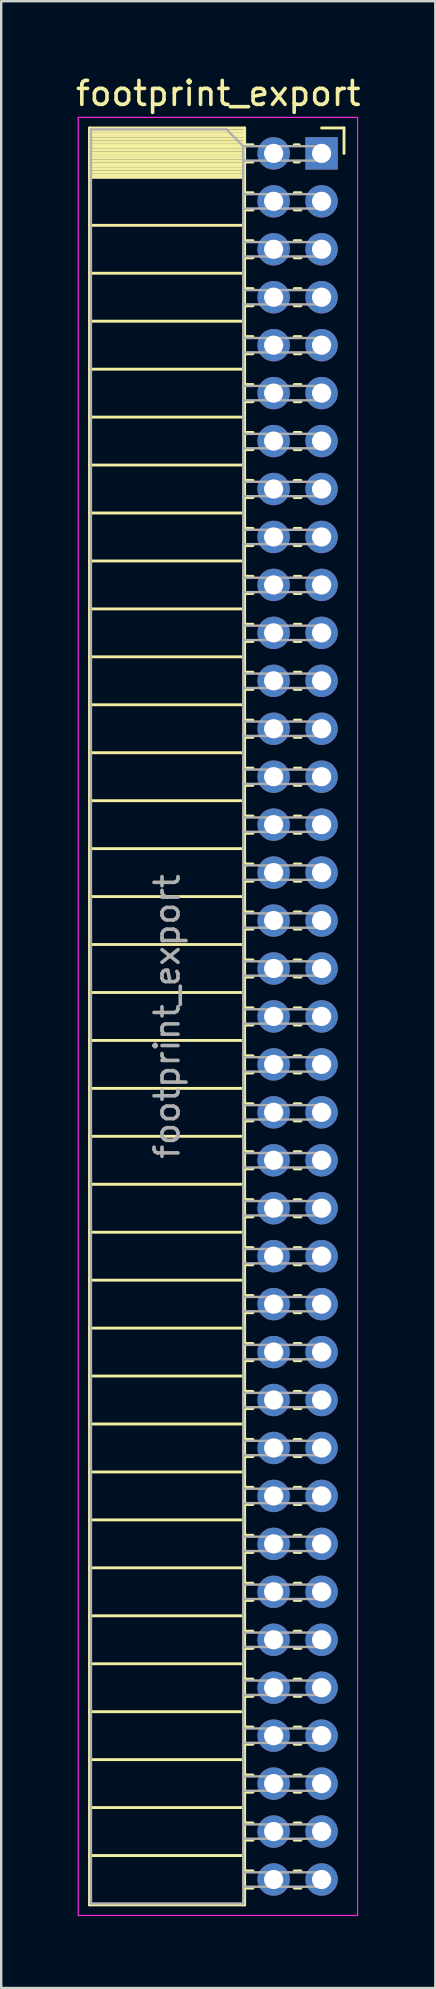
<source format=kicad_pcb>
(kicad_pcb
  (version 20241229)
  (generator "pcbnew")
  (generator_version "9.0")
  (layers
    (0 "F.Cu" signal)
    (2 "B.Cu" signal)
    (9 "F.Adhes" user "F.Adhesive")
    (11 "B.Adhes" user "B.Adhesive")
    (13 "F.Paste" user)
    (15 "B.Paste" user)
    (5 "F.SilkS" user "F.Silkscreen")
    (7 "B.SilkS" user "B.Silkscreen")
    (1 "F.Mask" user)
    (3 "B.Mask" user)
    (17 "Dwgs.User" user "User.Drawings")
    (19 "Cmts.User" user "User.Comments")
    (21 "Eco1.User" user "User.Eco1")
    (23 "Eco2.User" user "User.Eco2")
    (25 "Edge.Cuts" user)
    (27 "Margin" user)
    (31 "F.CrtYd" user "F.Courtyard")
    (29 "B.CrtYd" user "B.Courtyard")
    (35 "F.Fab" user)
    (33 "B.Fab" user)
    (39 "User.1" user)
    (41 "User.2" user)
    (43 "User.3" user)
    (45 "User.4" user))
  (footprint "footprint_export"
    (layer "F.Cu")
    (at 10.364 3.348)
    (property "Reference" "footprint_export" (at -4.31 -2.5 0) (layer "F.SilkS") (effects (font (size 1 1) (thickness 0.15))))
    (attr through_hole)
    (fp_line (start -9.68 -1.06) (end -9.68 73.06) (stroke (width 0.12) (type solid)) (layer "F.SilkS"))
    (fp_line (start -9.68 -1.06) (end -3.21 -1.06) (stroke (width 0.12) (type solid)) (layer "F.SilkS"))
    (fp_line (start -9.68 -0.94) (end -3.21 -0.94) (stroke (width 0.12) (type solid)) (layer "F.SilkS"))
    (fp_line (start -9.68 -0.826) (end -3.21 -0.826) (stroke (width 0.12) (type solid)) (layer "F.SilkS"))
    (fp_line (start -9.68 -0.712) (end -3.21 -0.712) (stroke (width 0.12) (type solid)) (layer "F.SilkS"))
    (fp_line (start -9.68 -0.598) (end -3.21 -0.598) (stroke (width 0.12) (type solid)) (layer "F.SilkS"))
    (fp_line (start -9.68 -0.484) (end -3.21 -0.484) (stroke (width 0.12) (type solid)) (layer "F.SilkS"))
    (fp_line (start -9.68 -0.369) (end -3.21 -0.369) (stroke (width 0.12) (type solid)) (layer "F.SilkS"))
    (fp_line (start -9.68 -0.255) (end -3.21 -0.255) (stroke (width 0.12) (type solid)) (layer "F.SilkS"))
    (fp_line (start -9.68 -0.141) (end -3.21 -0.141) (stroke (width 0.12) (type solid)) (layer "F.SilkS"))
    (fp_line (start -9.68 -0.027) (end -3.21 -0.027) (stroke (width 0.12) (type solid)) (layer "F.SilkS"))
    (fp_line (start -9.68 0.087) (end -3.21 0.087) (stroke (width 0.12) (type solid)) (layer "F.SilkS"))
    (fp_line (start -9.68 0.201) (end -3.21 0.201) (stroke (width 0.12) (type solid)) (layer "F.SilkS"))
    (fp_line (start -9.68 0.315) (end -3.21 0.315) (stroke (width 0.12) (type solid)) (layer "F.SilkS"))
    (fp_line (start -9.68 0.429) (end -3.21 0.429) (stroke (width 0.12) (type solid)) (layer "F.SilkS"))
    (fp_line (start -9.68 0.544) (end -3.21 0.544) (stroke (width 0.12) (type solid)) (layer "F.SilkS"))
    (fp_line (start -9.68 0.658) (end -3.21 0.658) (stroke (width 0.12) (type solid)) (layer "F.SilkS"))
    (fp_line (start -9.68 0.772) (end -3.21 0.772) (stroke (width 0.12) (type solid)) (layer "F.SilkS"))
    (fp_line (start -9.68 0.886) (end -3.21 0.886) (stroke (width 0.12) (type solid)) (layer "F.SilkS"))
    (fp_line (start -9.68 1) (end -3.21 1) (stroke (width 0.12) (type solid)) (layer "F.SilkS"))
    (fp_line (start -9.68 3) (end -3.21 3) (stroke (width 0.12) (type solid)) (layer "F.SilkS"))
    (fp_line (start -9.68 5) (end -3.21 5) (stroke (width 0.12) (type solid)) (layer "F.SilkS"))
    (fp_line (start -9.68 7) (end -3.21 7) (stroke (width 0.12) (type solid)) (layer "F.SilkS"))
    (fp_line (start -9.68 9) (end -3.21 9) (stroke (width 0.12) (type solid)) (layer "F.SilkS"))
    (fp_line (start -9.68 11) (end -3.21 11) (stroke (width 0.12) (type solid)) (layer "F.SilkS"))
    (fp_line (start -9.68 13) (end -3.21 13) (stroke (width 0.12) (type solid)) (layer "F.SilkS"))
    (fp_line (start -9.68 15) (end -3.21 15) (stroke (width 0.12) (type solid)) (layer "F.SilkS"))
    (fp_line (start -9.68 17) (end -3.21 17) (stroke (width 0.12) (type solid)) (layer "F.SilkS"))
    (fp_line (start -9.68 19) (end -3.21 19) (stroke (width 0.12) (type solid)) (layer "F.SilkS"))
    (fp_line (start -9.68 21) (end -3.21 21) (stroke (width 0.12) (type solid)) (layer "F.SilkS"))
    (fp_line (start -9.68 23) (end -3.21 23) (stroke (width 0.12) (type solid)) (layer "F.SilkS"))
    (fp_line (start -9.68 25) (end -3.21 25) (stroke (width 0.12) (type solid)) (layer "F.SilkS"))
    (fp_line (start -9.68 27) (end -3.21 27) (stroke (width 0.12) (type solid)) (layer "F.SilkS"))
    (fp_line (start -9.68 29) (end -3.21 29) (stroke (width 0.12) (type solid)) (layer "F.SilkS"))
    (fp_line (start -9.68 31) (end -3.21 31) (stroke (width 0.12) (type solid)) (layer "F.SilkS"))
    (fp_line (start -9.68 33) (end -3.21 33) (stroke (width 0.12) (type solid)) (layer "F.SilkS"))
    (fp_line (start -9.68 35) (end -3.21 35) (stroke (width 0.12) (type solid)) (layer "F.SilkS"))
    (fp_line (start -9.68 37) (end -3.21 37) (stroke (width 0.12) (type solid)) (layer "F.SilkS"))
    (fp_line (start -9.68 39) (end -3.21 39) (stroke (width 0.12) (type solid)) (layer "F.SilkS"))
    (fp_line (start -9.68 41) (end -3.21 41) (stroke (width 0.12) (type solid)) (layer "F.SilkS"))
    (fp_line (start -9.68 43) (end -3.21 43) (stroke (width 0.12) (type solid)) (layer "F.SilkS"))
    (fp_line (start -9.68 45) (end -3.21 45) (stroke (width 0.12) (type solid)) (layer "F.SilkS"))
    (fp_line (start -9.68 47) (end -3.21 47) (stroke (width 0.12) (type solid)) (layer "F.SilkS"))
    (fp_line (start -9.68 49) (end -3.21 49) (stroke (width 0.12) (type solid)) (layer "F.SilkS"))
    (fp_line (start -9.68 51) (end -3.21 51) (stroke (width 0.12) (type solid)) (layer "F.SilkS"))
    (fp_line (start -9.68 53) (end -3.21 53) (stroke (width 0.12) (type solid)) (layer "F.SilkS"))
    (fp_line (start -9.68 55) (end -3.21 55) (stroke (width 0.12) (type solid)) (layer "F.SilkS"))
    (fp_line (start -9.68 57) (end -3.21 57) (stroke (width 0.12) (type solid)) (layer "F.SilkS"))
    (fp_line (start -9.68 59) (end -3.21 59) (stroke (width 0.12) (type solid)) (layer "F.SilkS"))
    (fp_line (start -9.68 61) (end -3.21 61) (stroke (width 0.12) (type solid)) (layer "F.SilkS"))
    (fp_line (start -9.68 63) (end -3.21 63) (stroke (width 0.12) (type solid)) (layer "F.SilkS"))
    (fp_line (start -9.68 65) (end -3.21 65) (stroke (width 0.12) (type solid)) (layer "F.SilkS"))
    (fp_line (start -9.68 67) (end -3.21 67) (stroke (width 0.12) (type solid)) (layer "F.SilkS"))
    (fp_line (start -9.68 69) (end -3.21 69) (stroke (width 0.12) (type solid)) (layer "F.SilkS"))
    (fp_line (start -9.68 71) (end -3.21 71) (stroke (width 0.12) (type solid)) (layer "F.SilkS"))
    (fp_line (start -9.68 73.06) (end -3.21 73.06) (stroke (width 0.12) (type solid)) (layer "F.SilkS"))
    (fp_line (start -3.21 -1.06) (end -3.21 73.06) (stroke (width 0.12) (type solid)) (layer "F.SilkS"))
    (fp_line (start -3.21 -0.36) (end -2.863 -0.36) (stroke (width 0.12) (type solid)) (layer "F.SilkS"))
    (fp_line (start -3.21 0.36) (end -2.863 0.36) (stroke (width 0.12) (type solid)) (layer "F.SilkS"))
    (fp_line (start -3.21 1.64) (end -2.863 1.64) (stroke (width 0.12) (type solid)) (layer "F.SilkS"))
    (fp_line (start -3.21 2.36) (end -2.863 2.36) (stroke (width 0.12) (type solid)) (layer "F.SilkS"))
    (fp_line (start -3.21 3.64) (end -2.863 3.64) (stroke (width 0.12) (type solid)) (layer "F.SilkS"))
    (fp_line (start -3.21 4.36) (end -2.863 4.36) (stroke (width 0.12) (type solid)) (layer "F.SilkS"))
    (fp_line (start -3.21 5.64) (end -2.863 5.64) (stroke (width 0.12) (type solid)) (layer "F.SilkS"))
    (fp_line (start -3.21 6.36) (end -2.863 6.36) (stroke (width 0.12) (type solid)) (layer "F.SilkS"))
    (fp_line (start -3.21 7.64) (end -2.863 7.64) (stroke (width 0.12) (type solid)) (layer "F.SilkS"))
    (fp_line (start -3.21 8.36) (end -2.863 8.36) (stroke (width 0.12) (type solid)) (layer "F.SilkS"))
    (fp_line (start -3.21 9.64) (end -2.863 9.64) (stroke (width 0.12) (type solid)) (layer "F.SilkS"))
    (fp_line (start -3.21 10.36) (end -2.863 10.36) (stroke (width 0.12) (type solid)) (layer "F.SilkS"))
    (fp_line (start -3.21 11.64) (end -2.863 11.64) (stroke (width 0.12) (type solid)) (layer "F.SilkS"))
    (fp_line (start -3.21 12.36) (end -2.863 12.36) (stroke (width 0.12) (type solid)) (layer "F.SilkS"))
    (fp_line (start -3.21 13.64) (end -2.863 13.64) (stroke (width 0.12) (type solid)) (layer "F.SilkS"))
    (fp_line (start -3.21 14.36) (end -2.863 14.36) (stroke (width 0.12) (type solid)) (layer "F.SilkS"))
    (fp_line (start -3.21 15.64) (end -2.863 15.64) (stroke (width 0.12) (type solid)) (layer "F.SilkS"))
    (fp_line (start -3.21 16.36) (end -2.863 16.36) (stroke (width 0.12) (type solid)) (layer "F.SilkS"))
    (fp_line (start -3.21 17.64) (end -2.863 17.64) (stroke (width 0.12) (type solid)) (layer "F.SilkS"))
    (fp_line (start -3.21 18.36) (end -2.863 18.36) (stroke (width 0.12) (type solid)) (layer "F.SilkS"))
    (fp_line (start -3.21 19.64) (end -2.863 19.64) (stroke (width 0.12) (type solid)) (layer "F.SilkS"))
    (fp_line (start -3.21 20.36) (end -2.863 20.36) (stroke (width 0.12) (type solid)) (layer "F.SilkS"))
    (fp_line (start -3.21 21.64) (end -2.863 21.64) (stroke (width 0.12) (type solid)) (layer "F.SilkS"))
    (fp_line (start -3.21 22.36) (end -2.863 22.36) (stroke (width 0.12) (type solid)) (layer "F.SilkS"))
    (fp_line (start -3.21 23.64) (end -2.863 23.64) (stroke (width 0.12) (type solid)) (layer "F.SilkS"))
    (fp_line (start -3.21 24.36) (end -2.863 24.36) (stroke (width 0.12) (type solid)) (layer "F.SilkS"))
    (fp_line (start -3.21 25.64) (end -2.863 25.64) (stroke (width 0.12) (type solid)) (layer "F.SilkS"))
    (fp_line (start -3.21 26.36) (end -2.863 26.36) (stroke (width 0.12) (type solid)) (layer "F.SilkS"))
    (fp_line (start -3.21 27.64) (end -2.863 27.64) (stroke (width 0.12) (type solid)) (layer "F.SilkS"))
    (fp_line (start -3.21 28.36) (end -2.863 28.36) (stroke (width 0.12) (type solid)) (layer "F.SilkS"))
    (fp_line (start -3.21 29.64) (end -2.863 29.64) (stroke (width 0.12) (type solid)) (layer "F.SilkS"))
    (fp_line (start -3.21 30.36) (end -2.863 30.36) (stroke (width 0.12) (type solid)) (layer "F.SilkS"))
    (fp_line (start -3.21 31.64) (end -2.863 31.64) (stroke (width 0.12) (type solid)) (layer "F.SilkS"))
    (fp_line (start -3.21 32.36) (end -2.863 32.36) (stroke (width 0.12) (type solid)) (layer "F.SilkS"))
    (fp_line (start -3.21 33.64) (end -2.863 33.64) (stroke (width 0.12) (type solid)) (layer "F.SilkS"))
    (fp_line (start -3.21 34.36) (end -2.863 34.36) (stroke (width 0.12) (type solid)) (layer "F.SilkS"))
    (fp_line (start -3.21 35.64) (end -2.863 35.64) (stroke (width 0.12) (type solid)) (layer "F.SilkS"))
    (fp_line (start -3.21 36.36) (end -2.863 36.36) (stroke (width 0.12) (type solid)) (layer "F.SilkS"))
    (fp_line (start -3.21 37.64) (end -2.863 37.64) (stroke (width 0.12) (type solid)) (layer "F.SilkS"))
    (fp_line (start -3.21 38.36) (end -2.863 38.36) (stroke (width 0.12) (type solid)) (layer "F.SilkS"))
    (fp_line (start -3.21 39.64) (end -2.863 39.64) (stroke (width 0.12) (type solid)) (layer "F.SilkS"))
    (fp_line (start -3.21 40.36) (end -2.863 40.36) (stroke (width 0.12) (type solid)) (layer "F.SilkS"))
    (fp_line (start -3.21 41.64) (end -2.863 41.64) (stroke (width 0.12) (type solid)) (layer "F.SilkS"))
    (fp_line (start -3.21 42.36) (end -2.863 42.36) (stroke (width 0.12) (type solid)) (layer "F.SilkS"))
    (fp_line (start -3.21 43.64) (end -2.863 43.64) (stroke (width 0.12) (type solid)) (layer "F.SilkS"))
    (fp_line (start -3.21 44.36) (end -2.863 44.36) (stroke (width 0.12) (type solid)) (layer "F.SilkS"))
    (fp_line (start -3.21 45.64) (end -2.863 45.64) (stroke (width 0.12) (type solid)) (layer "F.SilkS"))
    (fp_line (start -3.21 46.36) (end -2.863 46.36) (stroke (width 0.12) (type solid)) (layer "F.SilkS"))
    (fp_line (start -3.21 47.64) (end -2.863 47.64) (stroke (width 0.12) (type solid)) (layer "F.SilkS"))
    (fp_line (start -3.21 48.36) (end -2.863 48.36) (stroke (width 0.12) (type solid)) (layer "F.SilkS"))
    (fp_line (start -3.21 49.64) (end -2.863 49.64) (stroke (width 0.12) (type solid)) (layer "F.SilkS"))
    (fp_line (start -3.21 50.36) (end -2.863 50.36) (stroke (width 0.12) (type solid)) (layer "F.SilkS"))
    (fp_line (start -3.21 51.64) (end -2.863 51.64) (stroke (width 0.12) (type solid)) (layer "F.SilkS"))
    (fp_line (start -3.21 52.36) (end -2.863 52.36) (stroke (width 0.12) (type solid)) (layer "F.SilkS"))
    (fp_line (start -3.21 53.64) (end -2.863 53.64) (stroke (width 0.12) (type solid)) (layer "F.SilkS"))
    (fp_line (start -3.21 54.36) (end -2.863 54.36) (stroke (width 0.12) (type solid)) (layer "F.SilkS"))
    (fp_line (start -3.21 55.64) (end -2.863 55.64) (stroke (width 0.12) (type solid)) (layer "F.SilkS"))
    (fp_line (start -3.21 56.36) (end -2.863 56.36) (stroke (width 0.12) (type solid)) (layer "F.SilkS"))
    (fp_line (start -3.21 57.64) (end -2.863 57.64) (stroke (width 0.12) (type solid)) (layer "F.SilkS"))
    (fp_line (start -3.21 58.36) (end -2.863 58.36) (stroke (width 0.12) (type solid)) (layer "F.SilkS"))
    (fp_line (start -3.21 59.64) (end -2.863 59.64) (stroke (width 0.12) (type solid)) (layer "F.SilkS"))
    (fp_line (start -3.21 60.36) (end -2.863 60.36) (stroke (width 0.12) (type solid)) (layer "F.SilkS"))
    (fp_line (start -3.21 61.64) (end -2.863 61.64) (stroke (width 0.12) (type solid)) (layer "F.SilkS"))
    (fp_line (start -3.21 62.36) (end -2.863 62.36) (stroke (width 0.12) (type solid)) (layer "F.SilkS"))
    (fp_line (start -3.21 63.64) (end -2.863 63.64) (stroke (width 0.12) (type solid)) (layer "F.SilkS"))
    (fp_line (start -3.21 64.36) (end -2.863 64.36) (stroke (width 0.12) (type solid)) (layer "F.SilkS"))
    (fp_line (start -3.21 65.64) (end -2.863 65.64) (stroke (width 0.12) (type solid)) (layer "F.SilkS"))
    (fp_line (start -3.21 66.36) (end -2.863 66.36) (stroke (width 0.12) (type solid)) (layer "F.SilkS"))
    (fp_line (start -3.21 67.64) (end -2.863 67.64) (stroke (width 0.12) (type solid)) (layer "F.SilkS"))
    (fp_line (start -3.21 68.36) (end -2.863 68.36) (stroke (width 0.12) (type solid)) (layer "F.SilkS"))
    (fp_line (start -3.21 69.64) (end -2.863 69.64) (stroke (width 0.12) (type solid)) (layer "F.SilkS"))
    (fp_line (start -3.21 70.36) (end -2.863 70.36) (stroke (width 0.12) (type solid)) (layer "F.SilkS"))
    (fp_line (start -3.21 71.64) (end -2.863 71.64) (stroke (width 0.12) (type solid)) (layer "F.SilkS"))
    (fp_line (start -3.21 72.36) (end -2.863 72.36) (stroke (width 0.12) (type solid)) (layer "F.SilkS"))
    (fp_line (start -1.137 -0.36) (end -0.935 -0.36) (stroke (width 0.12) (type solid)) (layer "F.SilkS"))
    (fp_line (start -1.137 0.36) (end -0.935 0.36) (stroke (width 0.12) (type solid)) (layer "F.SilkS"))
    (fp_line (start -1.137 1.64) (end -0.863 1.64) (stroke (width 0.12) (type solid)) (layer "F.SilkS"))
    (fp_line (start -1.137 2.36) (end -0.863 2.36) (stroke (width 0.12) (type solid)) (layer "F.SilkS"))
    (fp_line (start -1.137 3.64) (end -0.863 3.64) (stroke (width 0.12) (type solid)) (layer "F.SilkS"))
    (fp_line (start -1.137 4.36) (end -0.863 4.36) (stroke (width 0.12) (type solid)) (layer "F.SilkS"))
    (fp_line (start -1.137 5.64) (end -0.863 5.64) (stroke (width 0.12) (type solid)) (layer "F.SilkS"))
    (fp_line (start -1.137 6.36) (end -0.863 6.36) (stroke (width 0.12) (type solid)) (layer "F.SilkS"))
    (fp_line (start -1.137 7.64) (end -0.863 7.64) (stroke (width 0.12) (type solid)) (layer "F.SilkS"))
    (fp_line (start -1.137 8.36) (end -0.863 8.36) (stroke (width 0.12) (type solid)) (layer "F.SilkS"))
    (fp_line (start -1.137 9.64) (end -0.863 9.64) (stroke (width 0.12) (type solid)) (layer "F.SilkS"))
    (fp_line (start -1.137 10.36) (end -0.863 10.36) (stroke (width 0.12) (type solid)) (layer "F.SilkS"))
    (fp_line (start -1.137 11.64) (end -0.863 11.64) (stroke (width 0.12) (type solid)) (layer "F.SilkS"))
    (fp_line (start -1.137 12.36) (end -0.863 12.36) (stroke (width 0.12) (type solid)) (layer "F.SilkS"))
    (fp_line (start -1.137 13.64) (end -0.863 13.64) (stroke (width 0.12) (type solid)) (layer "F.SilkS"))
    (fp_line (start -1.137 14.36) (end -0.863 14.36) (stroke (width 0.12) (type solid)) (layer "F.SilkS"))
    (fp_line (start -1.137 15.64) (end -0.863 15.64) (stroke (width 0.12) (type solid)) (layer "F.SilkS"))
    (fp_line (start -1.137 16.36) (end -0.863 16.36) (stroke (width 0.12) (type solid)) (layer "F.SilkS"))
    (fp_line (start -1.137 17.64) (end -0.863 17.64) (stroke (width 0.12) (type solid)) (layer "F.SilkS"))
    (fp_line (start -1.137 18.36) (end -0.863 18.36) (stroke (width 0.12) (type solid)) (layer "F.SilkS"))
    (fp_line (start -1.137 19.64) (end -0.863 19.64) (stroke (width 0.12) (type solid)) (layer "F.SilkS"))
    (fp_line (start -1.137 20.36) (end -0.863 20.36) (stroke (width 0.12) (type solid)) (layer "F.SilkS"))
    (fp_line (start -1.137 21.64) (end -0.863 21.64) (stroke (width 0.12) (type solid)) (layer "F.SilkS"))
    (fp_line (start -1.137 22.36) (end -0.863 22.36) (stroke (width 0.12) (type solid)) (layer "F.SilkS"))
    (fp_line (start -1.137 23.64) (end -0.863 23.64) (stroke (width 0.12) (type solid)) (layer "F.SilkS"))
    (fp_line (start -1.137 24.36) (end -0.863 24.36) (stroke (width 0.12) (type solid)) (layer "F.SilkS"))
    (fp_line (start -1.137 25.64) (end -0.863 25.64) (stroke (width 0.12) (type solid)) (layer "F.SilkS"))
    (fp_line (start -1.137 26.36) (end -0.863 26.36) (stroke (width 0.12) (type solid)) (layer "F.SilkS"))
    (fp_line (start -1.137 27.64) (end -0.863 27.64) (stroke (width 0.12) (type solid)) (layer "F.SilkS"))
    (fp_line (start -1.137 28.36) (end -0.863 28.36) (stroke (width 0.12) (type solid)) (layer "F.SilkS"))
    (fp_line (start -1.137 29.64) (end -0.863 29.64) (stroke (width 0.12) (type solid)) (layer "F.SilkS"))
    (fp_line (start -1.137 30.36) (end -0.863 30.36) (stroke (width 0.12) (type solid)) (layer "F.SilkS"))
    (fp_line (start -1.137 31.64) (end -0.863 31.64) (stroke (width 0.12) (type solid)) (layer "F.SilkS"))
    (fp_line (start -1.137 32.36) (end -0.863 32.36) (stroke (width 0.12) (type solid)) (layer "F.SilkS"))
    (fp_line (start -1.137 33.64) (end -0.863 33.64) (stroke (width 0.12) (type solid)) (layer "F.SilkS"))
    (fp_line (start -1.137 34.36) (end -0.863 34.36) (stroke (width 0.12) (type solid)) (layer "F.SilkS"))
    (fp_line (start -1.137 35.64) (end -0.863 35.64) (stroke (width 0.12) (type solid)) (layer "F.SilkS"))
    (fp_line (start -1.137 36.36) (end -0.863 36.36) (stroke (width 0.12) (type solid)) (layer "F.SilkS"))
    (fp_line (start -1.137 37.64) (end -0.863 37.64) (stroke (width 0.12) (type solid)) (layer "F.SilkS"))
    (fp_line (start -1.137 38.36) (end -0.863 38.36) (stroke (width 0.12) (type solid)) (layer "F.SilkS"))
    (fp_line (start -1.137 39.64) (end -0.863 39.64) (stroke (width 0.12) (type solid)) (layer "F.SilkS"))
    (fp_line (start -1.137 40.36) (end -0.863 40.36) (stroke (width 0.12) (type solid)) (layer "F.SilkS"))
    (fp_line (start -1.137 41.64) (end -0.863 41.64) (stroke (width 0.12) (type solid)) (layer "F.SilkS"))
    (fp_line (start -1.137 42.36) (end -0.863 42.36) (stroke (width 0.12) (type solid)) (layer "F.SilkS"))
    (fp_line (start -1.137 43.64) (end -0.863 43.64) (stroke (width 0.12) (type solid)) (layer "F.SilkS"))
    (fp_line (start -1.137 44.36) (end -0.863 44.36) (stroke (width 0.12) (type solid)) (layer "F.SilkS"))
    (fp_line (start -1.137 45.64) (end -0.863 45.64) (stroke (width 0.12) (type solid)) (layer "F.SilkS"))
    (fp_line (start -1.137 46.36) (end -0.863 46.36) (stroke (width 0.12) (type solid)) (layer "F.SilkS"))
    (fp_line (start -1.137 47.64) (end -0.863 47.64) (stroke (width 0.12) (type solid)) (layer "F.SilkS"))
    (fp_line (start -1.137 48.36) (end -0.863 48.36) (stroke (width 0.12) (type solid)) (layer "F.SilkS"))
    (fp_line (start -1.137 49.64) (end -0.863 49.64) (stroke (width 0.12) (type solid)) (layer "F.SilkS"))
    (fp_line (start -1.137 50.36) (end -0.863 50.36) (stroke (width 0.12) (type solid)) (layer "F.SilkS"))
    (fp_line (start -1.137 51.64) (end -0.863 51.64) (stroke (width 0.12) (type solid)) (layer "F.SilkS"))
    (fp_line (start -1.137 52.36) (end -0.863 52.36) (stroke (width 0.12) (type solid)) (layer "F.SilkS"))
    (fp_line (start -1.137 53.64) (end -0.863 53.64) (stroke (width 0.12) (type solid)) (layer "F.SilkS"))
    (fp_line (start -1.137 54.36) (end -0.863 54.36) (stroke (width 0.12) (type solid)) (layer "F.SilkS"))
    (fp_line (start -1.137 55.64) (end -0.863 55.64) (stroke (width 0.12) (type solid)) (layer "F.SilkS"))
    (fp_line (start -1.137 56.36) (end -0.863 56.36) (stroke (width 0.12) (type solid)) (layer "F.SilkS"))
    (fp_line (start -1.137 57.64) (end -0.863 57.64) (stroke (width 0.12) (type solid)) (layer "F.SilkS"))
    (fp_line (start -1.137 58.36) (end -0.863 58.36) (stroke (width 0.12) (type solid)) (layer "F.SilkS"))
    (fp_line (start -1.137 59.64) (end -0.863 59.64) (stroke (width 0.12) (type solid)) (layer "F.SilkS"))
    (fp_line (start -1.137 60.36) (end -0.863 60.36) (stroke (width 0.12) (type solid)) (layer "F.SilkS"))
    (fp_line (start -1.137 61.64) (end -0.863 61.64) (stroke (width 0.12) (type solid)) (layer "F.SilkS"))
    (fp_line (start -1.137 62.36) (end -0.863 62.36) (stroke (width 0.12) (type solid)) (layer "F.SilkS"))
    (fp_line (start -1.137 63.64) (end -0.863 63.64) (stroke (width 0.12) (type solid)) (layer "F.SilkS"))
    (fp_line (start -1.137 64.36) (end -0.863 64.36) (stroke (width 0.12) (type solid)) (layer "F.SilkS"))
    (fp_line (start -1.137 65.64) (end -0.863 65.64) (stroke (width 0.12) (type solid)) (layer "F.SilkS"))
    (fp_line (start -1.137 66.36) (end -0.863 66.36) (stroke (width 0.12) (type solid)) (layer "F.SilkS"))
    (fp_line (start -1.137 67.64) (end -0.863 67.64) (stroke (width 0.12) (type solid)) (layer "F.SilkS"))
    (fp_line (start -1.137 68.36) (end -0.863 68.36) (stroke (width 0.12) (type solid)) (layer "F.SilkS"))
    (fp_line (start -1.137 69.64) (end -0.863 69.64) (stroke (width 0.12) (type solid)) (layer "F.SilkS"))
    (fp_line (start -1.137 70.36) (end -0.863 70.36) (stroke (width 0.12) (type solid)) (layer "F.SilkS"))
    (fp_line (start -1.137 71.64) (end -0.863 71.64) (stroke (width 0.12) (type solid)) (layer "F.SilkS"))
    (fp_line (start -1.137 72.36) (end -0.863 72.36) (stroke (width 0.12) (type solid)) (layer "F.SilkS"))
    (fp_line (start 0 -1.06) (end 0.935 -1.06) (stroke (width 0.12) (type solid)) (layer "F.SilkS"))
    (fp_line (start 0.935 -1.06) (end 0.935 0) (stroke (width 0.12) (type solid)) (layer "F.SilkS"))
    (fp_line (start -10.15 -1.5) (end -10.15 73.5) (stroke (width 0.05) (type solid)) (layer "F.CrtYd"))
    (fp_line (start -10.15 73.5) (end 1.5 73.5) (stroke (width 0.05) (type solid)) (layer "F.CrtYd"))
    (fp_line (start 1.5 -1.5) (end -10.15 -1.5) (stroke (width 0.05) (type solid)) (layer "F.CrtYd"))
    (fp_line (start 1.5 73.5) (end 1.5 -1.5) (stroke (width 0.05) (type solid)) (layer "F.CrtYd"))
    (fp_line (start -9.62 -1) (end -3.97 -1) (stroke (width 0.1) (type solid)) (layer "F.Fab"))
    (fp_line (start -9.62 73) (end -9.62 -1) (stroke (width 0.1) (type solid)) (layer "F.Fab"))
    (fp_line (start -3.97 -1) (end -3.27 -0.3) (stroke (width 0.1) (type solid)) (layer "F.Fab"))
    (fp_line (start -3.27 -0.3) (end -3.27 73) (stroke (width 0.1) (type solid)) (layer "F.Fab"))
    (fp_line (start -3.27 0.3) (end 0 0.3) (stroke (width 0.1) (type solid)) (layer "F.Fab"))
    (fp_line (start -3.27 2.3) (end 0 2.3) (stroke (width 0.1) (type solid)) (layer "F.Fab"))
    (fp_line (start -3.27 4.3) (end 0 4.3) (stroke (width 0.1) (type solid)) (layer "F.Fab"))
    (fp_line (start -3.27 6.3) (end 0 6.3) (stroke (width 0.1) (type solid)) (layer "F.Fab"))
    (fp_line (start -3.27 8.3) (end 0 8.3) (stroke (width 0.1) (type solid)) (layer "F.Fab"))
    (fp_line (start -3.27 10.3) (end 0 10.3) (stroke (width 0.1) (type solid)) (layer "F.Fab"))
    (fp_line (start -3.27 12.3) (end 0 12.3) (stroke (width 0.1) (type solid)) (layer "F.Fab"))
    (fp_line (start -3.27 14.3) (end 0 14.3) (stroke (width 0.1) (type solid)) (layer "F.Fab"))
    (fp_line (start -3.27 16.3) (end 0 16.3) (stroke (width 0.1) (type solid)) (layer "F.Fab"))
    (fp_line (start -3.27 18.3) (end 0 18.3) (stroke (width 0.1) (type solid)) (layer "F.Fab"))
    (fp_line (start -3.27 20.3) (end 0 20.3) (stroke (width 0.1) (type solid)) (layer "F.Fab"))
    (fp_line (start -3.27 22.3) (end 0 22.3) (stroke (width 0.1) (type solid)) (layer "F.Fab"))
    (fp_line (start -3.27 24.3) (end 0 24.3) (stroke (width 0.1) (type solid)) (layer "F.Fab"))
    (fp_line (start -3.27 26.3) (end 0 26.3) (stroke (width 0.1) (type solid)) (layer "F.Fab"))
    (fp_line (start -3.27 28.3) (end 0 28.3) (stroke (width 0.1) (type solid)) (layer "F.Fab"))
    (fp_line (start -3.27 30.3) (end 0 30.3) (stroke (width 0.1) (type solid)) (layer "F.Fab"))
    (fp_line (start -3.27 32.3) (end 0 32.3) (stroke (width 0.1) (type solid)) (layer "F.Fab"))
    (fp_line (start -3.27 34.3) (end 0 34.3) (stroke (width 0.1) (type solid)) (layer "F.Fab"))
    (fp_line (start -3.27 36.3) (end 0 36.3) (stroke (width 0.1) (type solid)) (layer "F.Fab"))
    (fp_line (start -3.27 38.3) (end 0 38.3) (stroke (width 0.1) (type solid)) (layer "F.Fab"))
    (fp_line (start -3.27 40.3) (end 0 40.3) (stroke (width 0.1) (type solid)) (layer "F.Fab"))
    (fp_line (start -3.27 42.3) (end 0 42.3) (stroke (width 0.1) (type solid)) (layer "F.Fab"))
    (fp_line (start -3.27 44.3) (end 0 44.3) (stroke (width 0.1) (type solid)) (layer "F.Fab"))
    (fp_line (start -3.27 46.3) (end 0 46.3) (stroke (width 0.1) (type solid)) (layer "F.Fab"))
    (fp_line (start -3.27 48.3) (end 0 48.3) (stroke (width 0.1) (type solid)) (layer "F.Fab"))
    (fp_line (start -3.27 50.3) (end 0 50.3) (stroke (width 0.1) (type solid)) (layer "F.Fab"))
    (fp_line (start -3.27 52.3) (end 0 52.3) (stroke (width 0.1) (type solid)) (layer "F.Fab"))
    (fp_line (start -3.27 54.3) (end 0 54.3) (stroke (width 0.1) (type solid)) (layer "F.Fab"))
    (fp_line (start -3.27 56.3) (end 0 56.3) (stroke (width 0.1) (type solid)) (layer "F.Fab"))
    (fp_line (start -3.27 58.3) (end 0 58.3) (stroke (width 0.1) (type solid)) (layer "F.Fab"))
    (fp_line (start -3.27 60.3) (end 0 60.3) (stroke (width 0.1) (type solid)) (layer "F.Fab"))
    (fp_line (start -3.27 62.3) (end 0 62.3) (stroke (width 0.1) (type solid)) (layer "F.Fab"))
    (fp_line (start -3.27 64.3) (end 0 64.3) (stroke (width 0.1) (type solid)) (layer "F.Fab"))
    (fp_line (start -3.27 66.3) (end 0 66.3) (stroke (width 0.1) (type solid)) (layer "F.Fab"))
    (fp_line (start -3.27 68.3) (end 0 68.3) (stroke (width 0.1) (type solid)) (layer "F.Fab"))
    (fp_line (start -3.27 70.3) (end 0 70.3) (stroke (width 0.1) (type solid)) (layer "F.Fab"))
    (fp_line (start -3.27 72.3) (end 0 72.3) (stroke (width 0.1) (type solid)) (layer "F.Fab"))
    (fp_line (start -3.27 73) (end -9.62 73) (stroke (width 0.1) (type solid)) (layer "F.Fab"))
    (fp_line (start 0 -0.3) (end -3.27 -0.3) (stroke (width 0.1) (type solid)) (layer "F.Fab"))
    (fp_line (start 0 0.3) (end 0 -0.3) (stroke (width 0.1) (type solid)) (layer "F.Fab"))
    (fp_line (start 0 1.7) (end -3.27 1.7) (stroke (width 0.1) (type solid)) (layer "F.Fab"))
    (fp_line (start 0 2.3) (end 0 1.7) (stroke (width 0.1) (type solid)) (layer "F.Fab"))
    (fp_line (start 0 3.7) (end -3.27 3.7) (stroke (width 0.1) (type solid)) (layer "F.Fab"))
    (fp_line (start 0 4.3) (end 0 3.7) (stroke (width 0.1) (type solid)) (layer "F.Fab"))
    (fp_line (start 0 5.7) (end -3.27 5.7) (stroke (width 0.1) (type solid)) (layer "F.Fab"))
    (fp_line (start 0 6.3) (end 0 5.7) (stroke (width 0.1) (type solid)) (layer "F.Fab"))
    (fp_line (start 0 7.7) (end -3.27 7.7) (stroke (width 0.1) (type solid)) (layer "F.Fab"))
    (fp_line (start 0 8.3) (end 0 7.7) (stroke (width 0.1) (type solid)) (layer "F.Fab"))
    (fp_line (start 0 9.7) (end -3.27 9.7) (stroke (width 0.1) (type solid)) (layer "F.Fab"))
    (fp_line (start 0 10.3) (end 0 9.7) (stroke (width 0.1) (type solid)) (layer "F.Fab"))
    (fp_line (start 0 11.7) (end -3.27 11.7) (stroke (width 0.1) (type solid)) (layer "F.Fab"))
    (fp_line (start 0 12.3) (end 0 11.7) (stroke (width 0.1) (type solid)) (layer "F.Fab"))
    (fp_line (start 0 13.7) (end -3.27 13.7) (stroke (width 0.1) (type solid)) (layer "F.Fab"))
    (fp_line (start 0 14.3) (end 0 13.7) (stroke (width 0.1) (type solid)) (layer "F.Fab"))
    (fp_line (start 0 15.7) (end -3.27 15.7) (stroke (width 0.1) (type solid)) (layer "F.Fab"))
    (fp_line (start 0 16.3) (end 0 15.7) (stroke (width 0.1) (type solid)) (layer "F.Fab"))
    (fp_line (start 0 17.7) (end -3.27 17.7) (stroke (width 0.1) (type solid)) (layer "F.Fab"))
    (fp_line (start 0 18.3) (end 0 17.7) (stroke (width 0.1) (type solid)) (layer "F.Fab"))
    (fp_line (start 0 19.7) (end -3.27 19.7) (stroke (width 0.1) (type solid)) (layer "F.Fab"))
    (fp_line (start 0 20.3) (end 0 19.7) (stroke (width 0.1) (type solid)) (layer "F.Fab"))
    (fp_line (start 0 21.7) (end -3.27 21.7) (stroke (width 0.1) (type solid)) (layer "F.Fab"))
    (fp_line (start 0 22.3) (end 0 21.7) (stroke (width 0.1) (type solid)) (layer "F.Fab"))
    (fp_line (start 0 23.7) (end -3.27 23.7) (stroke (width 0.1) (type solid)) (layer "F.Fab"))
    (fp_line (start 0 24.3) (end 0 23.7) (stroke (width 0.1) (type solid)) (layer "F.Fab"))
    (fp_line (start 0 25.7) (end -3.27 25.7) (stroke (width 0.1) (type solid)) (layer "F.Fab"))
    (fp_line (start 0 26.3) (end 0 25.7) (stroke (width 0.1) (type solid)) (layer "F.Fab"))
    (fp_line (start 0 27.7) (end -3.27 27.7) (stroke (width 0.1) (type solid)) (layer "F.Fab"))
    (fp_line (start 0 28.3) (end 0 27.7) (stroke (width 0.1) (type solid)) (layer "F.Fab"))
    (fp_line (start 0 29.7) (end -3.27 29.7) (stroke (width 0.1) (type solid)) (layer "F.Fab"))
    (fp_line (start 0 30.3) (end 0 29.7) (stroke (width 0.1) (type solid)) (layer "F.Fab"))
    (fp_line (start 0 31.7) (end -3.27 31.7) (stroke (width 0.1) (type solid)) (layer "F.Fab"))
    (fp_line (start 0 32.3) (end 0 31.7) (stroke (width 0.1) (type solid)) (layer "F.Fab"))
    (fp_line (start 0 33.7) (end -3.27 33.7) (stroke (width 0.1) (type solid)) (layer "F.Fab"))
    (fp_line (start 0 34.3) (end 0 33.7) (stroke (width 0.1) (type solid)) (layer "F.Fab"))
    (fp_line (start 0 35.7) (end -3.27 35.7) (stroke (width 0.1) (type solid)) (layer "F.Fab"))
    (fp_line (start 0 36.3) (end 0 35.7) (stroke (width 0.1) (type solid)) (layer "F.Fab"))
    (fp_line (start 0 37.7) (end -3.27 37.7) (stroke (width 0.1) (type solid)) (layer "F.Fab"))
    (fp_line (start 0 38.3) (end 0 37.7) (stroke (width 0.1) (type solid)) (layer "F.Fab"))
    (fp_line (start 0 39.7) (end -3.27 39.7) (stroke (width 0.1) (type solid)) (layer "F.Fab"))
    (fp_line (start 0 40.3) (end 0 39.7) (stroke (width 0.1) (type solid)) (layer "F.Fab"))
    (fp_line (start 0 41.7) (end -3.27 41.7) (stroke (width 0.1) (type solid)) (layer "F.Fab"))
    (fp_line (start 0 42.3) (end 0 41.7) (stroke (width 0.1) (type solid)) (layer "F.Fab"))
    (fp_line (start 0 43.7) (end -3.27 43.7) (stroke (width 0.1) (type solid)) (layer "F.Fab"))
    (fp_line (start 0 44.3) (end 0 43.7) (stroke (width 0.1) (type solid)) (layer "F.Fab"))
    (fp_line (start 0 45.7) (end -3.27 45.7) (stroke (width 0.1) (type solid)) (layer "F.Fab"))
    (fp_line (start 0 46.3) (end 0 45.7) (stroke (width 0.1) (type solid)) (layer "F.Fab"))
    (fp_line (start 0 47.7) (end -3.27 47.7) (stroke (width 0.1) (type solid)) (layer "F.Fab"))
    (fp_line (start 0 48.3) (end 0 47.7) (stroke (width 0.1) (type solid)) (layer "F.Fab"))
    (fp_line (start 0 49.7) (end -3.27 49.7) (stroke (width 0.1) (type solid)) (layer "F.Fab"))
    (fp_line (start 0 50.3) (end 0 49.7) (stroke (width 0.1) (type solid)) (layer "F.Fab"))
    (fp_line (start 0 51.7) (end -3.27 51.7) (stroke (width 0.1) (type solid)) (layer "F.Fab"))
    (fp_line (start 0 52.3) (end 0 51.7) (stroke (width 0.1) (type solid)) (layer "F.Fab"))
    (fp_line (start 0 53.7) (end -3.27 53.7) (stroke (width 0.1) (type solid)) (layer "F.Fab"))
    (fp_line (start 0 54.3) (end 0 53.7) (stroke (width 0.1) (type solid)) (layer "F.Fab"))
    (fp_line (start 0 55.7) (end -3.27 55.7) (stroke (width 0.1) (type solid)) (layer "F.Fab"))
    (fp_line (start 0 56.3) (end 0 55.7) (stroke (width 0.1) (type solid)) (layer "F.Fab"))
    (fp_line (start 0 57.7) (end -3.27 57.7) (stroke (width 0.1) (type solid)) (layer "F.Fab"))
    (fp_line (start 0 58.3) (end 0 57.7) (stroke (width 0.1) (type solid)) (layer "F.Fab"))
    (fp_line (start 0 59.7) (end -3.27 59.7) (stroke (width 0.1) (type solid)) (layer "F.Fab"))
    (fp_line (start 0 60.3) (end 0 59.7) (stroke (width 0.1) (type solid)) (layer "F.Fab"))
    (fp_line (start 0 61.7) (end -3.27 61.7) (stroke (width 0.1) (type solid)) (layer "F.Fab"))
    (fp_line (start 0 62.3) (end 0 61.7) (stroke (width 0.1) (type solid)) (layer "F.Fab"))
    (fp_line (start 0 63.7) (end -3.27 63.7) (stroke (width 0.1) (type solid)) (layer "F.Fab"))
    (fp_line (start 0 64.3) (end 0 63.7) (stroke (width 0.1) (type solid)) (layer "F.Fab"))
    (fp_line (start 0 65.7) (end -3.27 65.7) (stroke (width 0.1) (type solid)) (layer "F.Fab"))
    (fp_line (start 0 66.3) (end 0 65.7) (stroke (width 0.1) (type solid)) (layer "F.Fab"))
    (fp_line (start 0 67.7) (end -3.27 67.7) (stroke (width 0.1) (type solid)) (layer "F.Fab"))
    (fp_line (start 0 68.3) (end 0 67.7) (stroke (width 0.1) (type solid)) (layer "F.Fab"))
    (fp_line (start 0 69.7) (end -3.27 69.7) (stroke (width 0.1) (type solid)) (layer "F.Fab"))
    (fp_line (start 0 70.3) (end 0 69.7) (stroke (width 0.1) (type solid)) (layer "F.Fab"))
    (fp_line (start 0 71.7) (end -3.27 71.7) (stroke (width 0.1) (type solid)) (layer "F.Fab"))
    (fp_line (start 0 72.3) (end 0 71.7) (stroke (width 0.1) (type solid)) (layer "F.Fab"))
    (fp_text user "${REFERENCE}" (at -6.445 36 90) (layer "F.Fab") (effects (font (size 1 1) (thickness 0.15))))
    (pad "1" thru_hole rect (at 0 0) (size 1.35 1.35) (drill 0.8) (layers "*.Cu" "*.Mask"))
    (pad "2" thru_hole oval (at -2 0) (size 1.35 1.35) (drill 0.8) (layers "*.Cu" "*.Mask"))
    (pad "3" thru_hole oval (at 0 2) (size 1.35 1.35) (drill 0.8) (layers "*.Cu" "*.Mask"))
    (pad "4" thru_hole oval (at -2 2) (size 1.35 1.35) (drill 0.8) (layers "*.Cu" "*.Mask"))
    (pad "5" thru_hole oval (at 0 4) (size 1.35 1.35) (drill 0.8) (layers "*.Cu" "*.Mask"))
    (pad "6" thru_hole oval (at -2 4) (size 1.35 1.35) (drill 0.8) (layers "*.Cu" "*.Mask"))
    (pad "7" thru_hole oval (at 0 6) (size 1.35 1.35) (drill 0.8) (layers "*.Cu" "*.Mask"))
    (pad "8" thru_hole oval (at -2 6) (size 1.35 1.35) (drill 0.8) (layers "*.Cu" "*.Mask"))
    (pad "9" thru_hole oval (at 0 8) (size 1.35 1.35) (drill 0.8) (layers "*.Cu" "*.Mask"))
    (pad "10" thru_hole oval (at -2 8) (size 1.35 1.35) (drill 0.8) (layers "*.Cu" "*.Mask"))
    (pad "11" thru_hole oval (at 0 10) (size 1.35 1.35) (drill 0.8) (layers "*.Cu" "*.Mask"))
    (pad "12" thru_hole oval (at -2 10) (size 1.35 1.35) (drill 0.8) (layers "*.Cu" "*.Mask"))
    (pad "13" thru_hole oval (at 0 12) (size 1.35 1.35) (drill 0.8) (layers "*.Cu" "*.Mask"))
    (pad "14" thru_hole oval (at -2 12) (size 1.35 1.35) (drill 0.8) (layers "*.Cu" "*.Mask"))
    (pad "15" thru_hole oval (at 0 14) (size 1.35 1.35) (drill 0.8) (layers "*.Cu" "*.Mask"))
    (pad "16" thru_hole oval (at -2 14) (size 1.35 1.35) (drill 0.8) (layers "*.Cu" "*.Mask"))
    (pad "17" thru_hole oval (at 0 16) (size 1.35 1.35) (drill 0.8) (layers "*.Cu" "*.Mask"))
    (pad "18" thru_hole oval (at -2 16) (size 1.35 1.35) (drill 0.8) (layers "*.Cu" "*.Mask"))
    (pad "19" thru_hole oval (at 0 18) (size 1.35 1.35) (drill 0.8) (layers "*.Cu" "*.Mask"))
    (pad "20" thru_hole oval (at -2 18) (size 1.35 1.35) (drill 0.8) (layers "*.Cu" "*.Mask"))
    (pad "21" thru_hole oval (at 0 20) (size 1.35 1.35) (drill 0.8) (layers "*.Cu" "*.Mask"))
    (pad "22" thru_hole oval (at -2 20) (size 1.35 1.35) (drill 0.8) (layers "*.Cu" "*.Mask"))
    (pad "23" thru_hole oval (at 0 22) (size 1.35 1.35) (drill 0.8) (layers "*.Cu" "*.Mask"))
    (pad "24" thru_hole oval (at -2 22) (size 1.35 1.35) (drill 0.8) (layers "*.Cu" "*.Mask"))
    (pad "25" thru_hole oval (at 0 24) (size 1.35 1.35) (drill 0.8) (layers "*.Cu" "*.Mask"))
    (pad "26" thru_hole oval (at -2 24) (size 1.35 1.35) (drill 0.8) (layers "*.Cu" "*.Mask"))
    (pad "27" thru_hole oval (at 0 26) (size 1.35 1.35) (drill 0.8) (layers "*.Cu" "*.Mask"))
    (pad "28" thru_hole oval (at -2 26) (size 1.35 1.35) (drill 0.8) (layers "*.Cu" "*.Mask"))
    (pad "29" thru_hole oval (at 0 28) (size 1.35 1.35) (drill 0.8) (layers "*.Cu" "*.Mask"))
    (pad "30" thru_hole oval (at -2 28) (size 1.35 1.35) (drill 0.8) (layers "*.Cu" "*.Mask"))
    (pad "31" thru_hole oval (at 0 30) (size 1.35 1.35) (drill 0.8) (layers "*.Cu" "*.Mask"))
    (pad "32" thru_hole oval (at -2 30) (size 1.35 1.35) (drill 0.8) (layers "*.Cu" "*.Mask"))
    (pad "33" thru_hole oval (at 0 32) (size 1.35 1.35) (drill 0.8) (layers "*.Cu" "*.Mask"))
    (pad "34" thru_hole oval (at -2 32) (size 1.35 1.35) (drill 0.8) (layers "*.Cu" "*.Mask"))
    (pad "35" thru_hole oval (at 0 34) (size 1.35 1.35) (drill 0.8) (layers "*.Cu" "*.Mask"))
    (pad "36" thru_hole oval (at -2 34) (size 1.35 1.35) (drill 0.8) (layers "*.Cu" "*.Mask"))
    (pad "37" thru_hole oval (at 0 36) (size 1.35 1.35) (drill 0.8) (layers "*.Cu" "*.Mask"))
    (pad "38" thru_hole oval (at -2 36) (size 1.35 1.35) (drill 0.8) (layers "*.Cu" "*.Mask"))
    (pad "39" thru_hole oval (at 0 38) (size 1.35 1.35) (drill 0.8) (layers "*.Cu" "*.Mask"))
    (pad "40" thru_hole oval (at -2 38) (size 1.35 1.35) (drill 0.8) (layers "*.Cu" "*.Mask"))
    (pad "41" thru_hole oval (at 0 40) (size 1.35 1.35) (drill 0.8) (layers "*.Cu" "*.Mask"))
    (pad "42" thru_hole oval (at -2 40) (size 1.35 1.35) (drill 0.8) (layers "*.Cu" "*.Mask"))
    (pad "43" thru_hole oval (at 0 42) (size 1.35 1.35) (drill 0.8) (layers "*.Cu" "*.Mask"))
    (pad "44" thru_hole oval (at -2 42) (size 1.35 1.35) (drill 0.8) (layers "*.Cu" "*.Mask"))
    (pad "45" thru_hole oval (at 0 44) (size 1.35 1.35) (drill 0.8) (layers "*.Cu" "*.Mask"))
    (pad "46" thru_hole oval (at -2 44) (size 1.35 1.35) (drill 0.8) (layers "*.Cu" "*.Mask"))
    (pad "47" thru_hole oval (at 0 46) (size 1.35 1.35) (drill 0.8) (layers "*.Cu" "*.Mask"))
    (pad "48" thru_hole oval (at -2 46) (size 1.35 1.35) (drill 0.8) (layers "*.Cu" "*.Mask"))
    (pad "49" thru_hole oval (at 0 48) (size 1.35 1.35) (drill 0.8) (layers "*.Cu" "*.Mask"))
    (pad "50" thru_hole oval (at -2 48) (size 1.35 1.35) (drill 0.8) (layers "*.Cu" "*.Mask"))
    (pad "51" thru_hole oval (at 0 50) (size 1.35 1.35) (drill 0.8) (layers "*.Cu" "*.Mask"))
    (pad "52" thru_hole oval (at -2 50) (size 1.35 1.35) (drill 0.8) (layers "*.Cu" "*.Mask"))
    (pad "53" thru_hole oval (at 0 52) (size 1.35 1.35) (drill 0.8) (layers "*.Cu" "*.Mask"))
    (pad "54" thru_hole oval (at -2 52) (size 1.35 1.35) (drill 0.8) (layers "*.Cu" "*.Mask"))
    (pad "55" thru_hole oval (at 0 54) (size 1.35 1.35) (drill 0.8) (layers "*.Cu" "*.Mask"))
    (pad "56" thru_hole oval (at -2 54) (size 1.35 1.35) (drill 0.8) (layers "*.Cu" "*.Mask"))
    (pad "57" thru_hole oval (at 0 56) (size 1.35 1.35) (drill 0.8) (layers "*.Cu" "*.Mask"))
    (pad "58" thru_hole oval (at -2 56) (size 1.35 1.35) (drill 0.8) (layers "*.Cu" "*.Mask"))
    (pad "59" thru_hole oval (at 0 58) (size 1.35 1.35) (drill 0.8) (layers "*.Cu" "*.Mask"))
    (pad "60" thru_hole oval (at -2 58) (size 1.35 1.35) (drill 0.8) (layers "*.Cu" "*.Mask"))
    (pad "61" thru_hole oval (at 0 60) (size 1.35 1.35) (drill 0.8) (layers "*.Cu" "*.Mask"))
    (pad "62" thru_hole oval (at -2 60) (size 1.35 1.35) (drill 0.8) (layers "*.Cu" "*.Mask"))
    (pad "63" thru_hole oval (at 0 62) (size 1.35 1.35) (drill 0.8) (layers "*.Cu" "*.Mask"))
    (pad "64" thru_hole oval (at -2 62) (size 1.35 1.35) (drill 0.8) (layers "*.Cu" "*.Mask"))
    (pad "65" thru_hole oval (at 0 64) (size 1.35 1.35) (drill 0.8) (layers "*.Cu" "*.Mask"))
    (pad "66" thru_hole oval (at -2 64) (size 1.35 1.35) (drill 0.8) (layers "*.Cu" "*.Mask"))
    (pad "67" thru_hole oval (at 0 66) (size 1.35 1.35) (drill 0.8) (layers "*.Cu" "*.Mask"))
    (pad "68" thru_hole oval (at -2 66) (size 1.35 1.35) (drill 0.8) (layers "*.Cu" "*.Mask"))
    (pad "69" thru_hole oval (at 0 68) (size 1.35 1.35) (drill 0.8) (layers "*.Cu" "*.Mask"))
    (pad "70" thru_hole oval (at -2 68) (size 1.35 1.35) (drill 0.8) (layers "*.Cu" "*.Mask"))
    (pad "71" thru_hole oval (at 0 70) (size 1.35 1.35) (drill 0.8) (layers "*.Cu" "*.Mask"))
    (pad "72" thru_hole oval (at -2 70) (size 1.35 1.35) (drill 0.8) (layers "*.Cu" "*.Mask"))
    (pad "73" thru_hole oval (at 0 72) (size 1.35 1.35) (drill 0.8) (layers "*.Cu" "*.Mask"))
    (pad "74" thru_hole oval (at -2 72) (size 1.35 1.35) (drill 0.8) (layers "*.Cu" "*.Mask")))
  (gr_rect
    (start -3 -3)
    (end 15.107 79.873)
    (stroke (width 0.1) (type default))
    (fill no)
    (layer "Edge.Cuts")))
</source>
